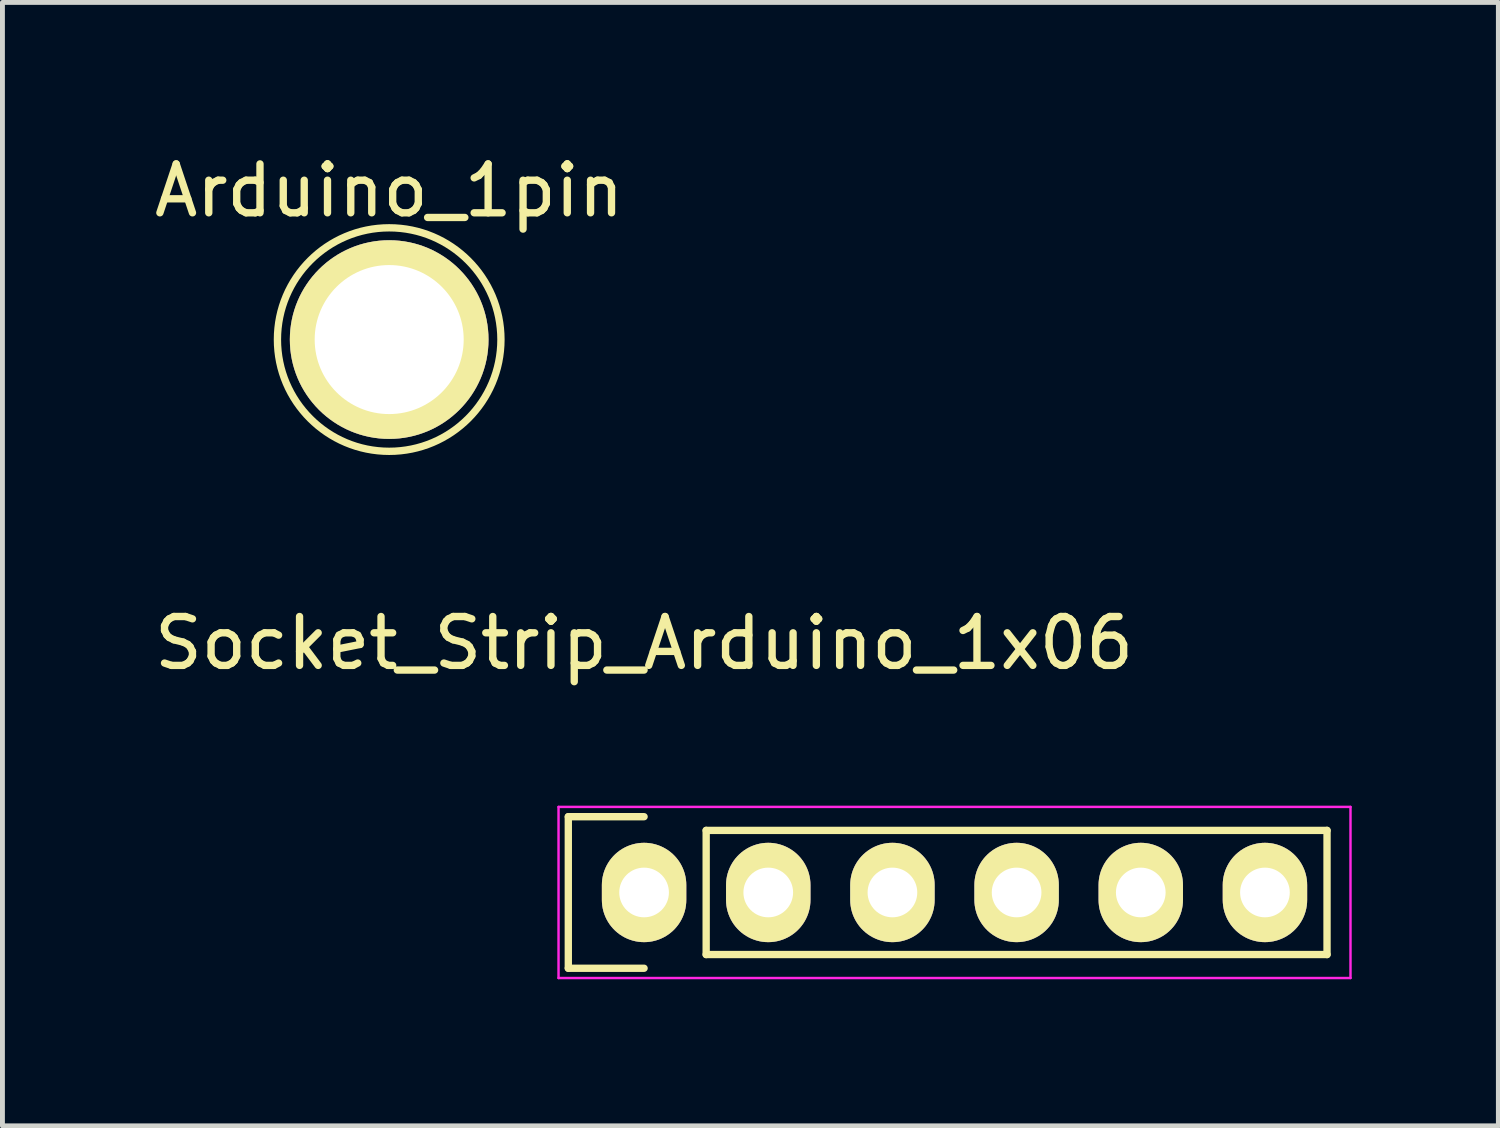
<source format=kicad_pcb>
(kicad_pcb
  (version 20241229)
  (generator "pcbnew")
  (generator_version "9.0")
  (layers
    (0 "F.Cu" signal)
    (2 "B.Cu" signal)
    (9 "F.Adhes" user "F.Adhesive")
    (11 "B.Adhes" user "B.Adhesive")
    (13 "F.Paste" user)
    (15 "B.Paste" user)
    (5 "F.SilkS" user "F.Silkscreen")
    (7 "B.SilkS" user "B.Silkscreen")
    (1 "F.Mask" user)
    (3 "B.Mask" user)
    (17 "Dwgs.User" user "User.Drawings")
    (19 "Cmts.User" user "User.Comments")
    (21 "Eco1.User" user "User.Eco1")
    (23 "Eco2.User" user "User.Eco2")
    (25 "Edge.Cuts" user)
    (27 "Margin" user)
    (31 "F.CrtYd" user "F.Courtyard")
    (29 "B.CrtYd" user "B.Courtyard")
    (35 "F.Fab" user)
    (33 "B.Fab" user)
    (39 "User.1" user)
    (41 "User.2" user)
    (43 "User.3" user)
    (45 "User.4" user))
  (footprint "Arduino_1pin"
    (layer "F.Cu")
    (at 4.911 3.896)
    (property "Reference" "Arduino_1pin" (at 0 -3.048 0) (layer "F.SilkS") (effects (font (size 1 1) (thickness 0.15))))
    (attr through_hole)
    (fp_circle (center 0 0) (end 0 -2.286) (stroke (width 0.15) (type solid)) (fill no) (layer "F.SilkS"))
    (pad "1" thru_hole circle (at 0 0) (size 4.064 4.064) (drill 3.048) (layers "*.Cu" "*.Mask" "F.SilkS")))
  (footprint "Socket_Strip_Arduino_1x06"
    (layer "F.Cu")
    (at 10.125 15.206)
    (property "Reference" "Socket_Strip_Arduino_1x06" (at 0 -5.1 0) (layer "F.SilkS") (effects (font (size 1 1) (thickness 0.15))))
    (attr through_hole)
    (fp_line (start -1.55 -1.55) (end -1.55 1.55) (stroke (width 0.15) (type solid)) (layer "F.SilkS"))
    (fp_line (start -1.55 1.55) (end 0 1.55) (stroke (width 0.15) (type solid)) (layer "F.SilkS"))
    (fp_line (start 0 -1.55) (end -1.55 -1.55) (stroke (width 0.15) (type solid)) (layer "F.SilkS"))
    (fp_line (start 1.27 1.27) (end 1.27 -1.27) (stroke (width 0.15) (type solid)) (layer "F.SilkS"))
    (fp_line (start 1.27 1.27) (end 13.97 1.27) (stroke (width 0.15) (type solid)) (layer "F.SilkS"))
    (fp_line (start 13.97 -1.27) (end 1.27 -1.27) (stroke (width 0.15) (type solid)) (layer "F.SilkS"))
    (fp_line (start 13.97 1.27) (end 13.97 -1.27) (stroke (width 0.15) (type solid)) (layer "F.SilkS"))
    (fp_line (start -1.75 -1.75) (end -1.75 1.75) (stroke (width 0.05) (type solid)) (layer "F.CrtYd"))
    (fp_line (start -1.75 -1.75) (end 14.45 -1.75) (stroke (width 0.05) (type solid)) (layer "F.CrtYd"))
    (fp_line (start -1.75 1.75) (end 14.45 1.75) (stroke (width 0.05) (type solid)) (layer "F.CrtYd"))
    (fp_line (start 14.45 -1.75) (end 14.45 1.75) (stroke (width 0.05) (type solid)) (layer "F.CrtYd"))
    (pad "1" thru_hole oval (at 0 0) (size 1.727 2.032) (drill 1.016) (layers "*.Cu" "*.Mask" "F.SilkS"))
    (pad "2" thru_hole oval (at 2.54 0) (size 1.727 2.032) (drill 1.016) (layers "*.Cu" "*.Mask" "F.SilkS"))
    (pad "3" thru_hole oval (at 5.08 0) (size 1.727 2.032) (drill 1.016) (layers "*.Cu" "*.Mask" "F.SilkS"))
    (pad "4" thru_hole oval (at 7.62 0) (size 1.727 2.032) (drill 1.016) (layers "*.Cu" "*.Mask" "F.SilkS"))
    (pad "5" thru_hole oval (at 10.16 0) (size 1.727 2.032) (drill 1.016) (layers "*.Cu" "*.Mask" "F.SilkS"))
    (pad "6" thru_hole oval (at 12.7 0) (size 1.727 2.032) (drill 1.016) (layers "*.Cu" "*.Mask" "F.SilkS")))
  (gr_rect
    (start -3 -3)
    (end 27.6 19.98)
    (stroke (width 0.1) (type default))
    (fill no)
    (layer "Edge.Cuts")))
</source>
